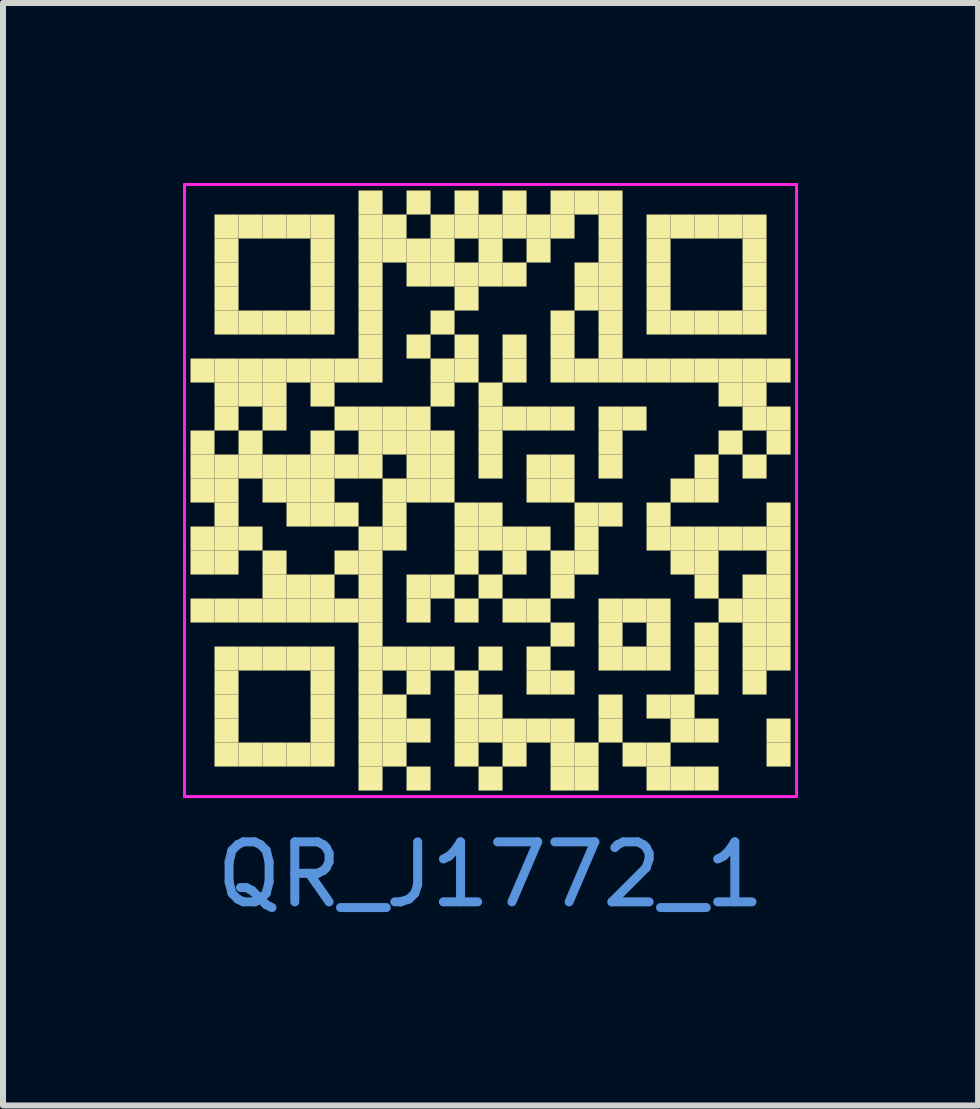
<source format=kicad_pcb>
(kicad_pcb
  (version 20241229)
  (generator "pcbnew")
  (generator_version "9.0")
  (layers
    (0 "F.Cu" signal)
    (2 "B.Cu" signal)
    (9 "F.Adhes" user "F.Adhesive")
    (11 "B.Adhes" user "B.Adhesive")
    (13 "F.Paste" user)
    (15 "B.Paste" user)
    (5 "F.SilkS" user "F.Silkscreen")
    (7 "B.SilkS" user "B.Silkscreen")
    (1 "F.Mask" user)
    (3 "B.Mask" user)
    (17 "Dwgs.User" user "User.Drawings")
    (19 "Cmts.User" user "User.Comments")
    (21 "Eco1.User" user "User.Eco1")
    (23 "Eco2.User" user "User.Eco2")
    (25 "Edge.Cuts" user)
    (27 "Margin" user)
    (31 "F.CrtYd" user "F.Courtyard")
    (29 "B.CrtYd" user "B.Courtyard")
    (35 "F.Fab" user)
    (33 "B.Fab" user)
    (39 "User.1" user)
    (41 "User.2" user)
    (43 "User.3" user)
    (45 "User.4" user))
  (footprint "QR_J1772_1"
    (layer "F.Cu")
    (at 5.125 5.125)
    (property "Reference" "QR_J1772_1" (at 0 6.4 0) (layer "Cmts.User") (effects (font (size 1 1) (thickness 0.15))))
    (fp_rect (start -5 -2.2) (end -4.6 -1.8) (stroke (width 0) (type solid)) (fill yes) (layer "F.SilkS"))
    (fp_rect (start -5 -1) (end -4.6 -0.6) (stroke (width 0) (type solid)) (fill yes) (layer "F.SilkS"))
    (fp_rect (start -5 -0.6) (end -4.6 -0.2) (stroke (width 0) (type solid)) (fill yes) (layer "F.SilkS"))
    (fp_rect (start -5 -0.2) (end -4.6 0.2) (stroke (width 0) (type solid)) (fill yes) (layer "F.SilkS"))
    (fp_rect (start -5 0.6) (end -4.6 1) (stroke (width 0) (type solid)) (fill yes) (layer "F.SilkS"))
    (fp_rect (start -5 1) (end -4.6 1.4) (stroke (width 0) (type solid)) (fill yes) (layer "F.SilkS"))
    (fp_rect (start -5 1.8) (end -4.6 2.2) (stroke (width 0) (type solid)) (fill yes) (layer "F.SilkS"))
    (fp_rect (start -4.6 -4.6) (end -4.2 -4.2) (stroke (width 0) (type solid)) (fill yes) (layer "F.SilkS"))
    (fp_rect (start -4.6 -4.2) (end -4.2 -3.8) (stroke (width 0) (type solid)) (fill yes) (layer "F.SilkS"))
    (fp_rect (start -4.6 -3.8) (end -4.2 -3.4) (stroke (width 0) (type solid)) (fill yes) (layer "F.SilkS"))
    (fp_rect (start -4.6 -3.4) (end -4.2 -3) (stroke (width 0) (type solid)) (fill yes) (layer "F.SilkS"))
    (fp_rect (start -4.6 -3) (end -4.2 -2.6) (stroke (width 0) (type solid)) (fill yes) (layer "F.SilkS"))
    (fp_rect (start -4.6 -2.2) (end -4.2 -1.8) (stroke (width 0) (type solid)) (fill yes) (layer "F.SilkS"))
    (fp_rect (start -4.6 -1.8) (end -4.2 -1.4) (stroke (width 0) (type solid)) (fill yes) (layer "F.SilkS"))
    (fp_rect (start -4.6 -1.4) (end -4.2 -1) (stroke (width 0) (type solid)) (fill yes) (layer "F.SilkS"))
    (fp_rect (start -4.6 -0.6) (end -4.2 -0.2) (stroke (width 0) (type solid)) (fill yes) (layer "F.SilkS"))
    (fp_rect (start -4.6 -0.2) (end -4.2 0.2) (stroke (width 0) (type solid)) (fill yes) (layer "F.SilkS"))
    (fp_rect (start -4.6 0.2) (end -4.2 0.6) (stroke (width 0) (type solid)) (fill yes) (layer "F.SilkS"))
    (fp_rect (start -4.6 0.6) (end -4.2 1) (stroke (width 0) (type solid)) (fill yes) (layer "F.SilkS"))
    (fp_rect (start -4.6 1) (end -4.2 1.4) (stroke (width 0) (type solid)) (fill yes) (layer "F.SilkS"))
    (fp_rect (start -4.6 1.8) (end -4.2 2.2) (stroke (width 0) (type solid)) (fill yes) (layer "F.SilkS"))
    (fp_rect (start -4.6 2.6) (end -4.2 3) (stroke (width 0) (type solid)) (fill yes) (layer "F.SilkS"))
    (fp_rect (start -4.6 3) (end -4.2 3.4) (stroke (width 0) (type solid)) (fill yes) (layer "F.SilkS"))
    (fp_rect (start -4.6 3.4) (end -4.2 3.8) (stroke (width 0) (type solid)) (fill yes) (layer "F.SilkS"))
    (fp_rect (start -4.6 3.8) (end -4.2 4.2) (stroke (width 0) (type solid)) (fill yes) (layer "F.SilkS"))
    (fp_rect (start -4.6 4.2) (end -4.2 4.6) (stroke (width 0) (type solid)) (fill yes) (layer "F.SilkS"))
    (fp_rect (start -4.2 -4.6) (end -3.8 -4.2) (stroke (width 0) (type solid)) (fill yes) (layer "F.SilkS"))
    (fp_rect (start -4.2 -3) (end -3.8 -2.6) (stroke (width 0) (type solid)) (fill yes) (layer "F.SilkS"))
    (fp_rect (start -4.2 -2.2) (end -3.8 -1.8) (stroke (width 0) (type solid)) (fill yes) (layer "F.SilkS"))
    (fp_rect (start -4.2 -1.8) (end -3.8 -1.4) (stroke (width 0) (type solid)) (fill yes) (layer "F.SilkS"))
    (fp_rect (start -4.2 -1) (end -3.8 -0.6) (stroke (width 0) (type solid)) (fill yes) (layer "F.SilkS"))
    (fp_rect (start -4.2 -0.6) (end -3.8 -0.2) (stroke (width 0) (type solid)) (fill yes) (layer "F.SilkS"))
    (fp_rect (start -4.2 0.6) (end -3.8 1) (stroke (width 0) (type solid)) (fill yes) (layer "F.SilkS"))
    (fp_rect (start -4.2 1.8) (end -3.8 2.2) (stroke (width 0) (type solid)) (fill yes) (layer "F.SilkS"))
    (fp_rect (start -4.2 2.6) (end -3.8 3) (stroke (width 0) (type solid)) (fill yes) (layer "F.SilkS"))
    (fp_rect (start -4.2 4.2) (end -3.8 4.6) (stroke (width 0) (type solid)) (fill yes) (layer "F.SilkS"))
    (fp_rect (start -3.8 -4.6) (end -3.4 -4.2) (stroke (width 0) (type solid)) (fill yes) (layer "F.SilkS"))
    (fp_rect (start -3.8 -3) (end -3.4 -2.6) (stroke (width 0) (type solid)) (fill yes) (layer "F.SilkS"))
    (fp_rect (start -3.8 -2.2) (end -3.4 -1.8) (stroke (width 0) (type solid)) (fill yes) (layer "F.SilkS"))
    (fp_rect (start -3.8 -1.8) (end -3.4 -1.4) (stroke (width 0) (type solid)) (fill yes) (layer "F.SilkS"))
    (fp_rect (start -3.8 -1.4) (end -3.4 -1) (stroke (width 0) (type solid)) (fill yes) (layer "F.SilkS"))
    (fp_rect (start -3.8 -0.6) (end -3.4 -0.2) (stroke (width 0) (type solid)) (fill yes) (layer "F.SilkS"))
    (fp_rect (start -3.8 -0.2) (end -3.4 0.2) (stroke (width 0) (type solid)) (fill yes) (layer "F.SilkS"))
    (fp_rect (start -3.8 1) (end -3.4 1.4) (stroke (width 0) (type solid)) (fill yes) (layer "F.SilkS"))
    (fp_rect (start -3.8 1.4) (end -3.4 1.8) (stroke (width 0) (type solid)) (fill yes) (layer "F.SilkS"))
    (fp_rect (start -3.8 1.8) (end -3.4 2.2) (stroke (width 0) (type solid)) (fill yes) (layer "F.SilkS"))
    (fp_rect (start -3.8 2.6) (end -3.4 3) (stroke (width 0) (type solid)) (fill yes) (layer "F.SilkS"))
    (fp_rect (start -3.8 4.2) (end -3.4 4.6) (stroke (width 0) (type solid)) (fill yes) (layer "F.SilkS"))
    (fp_rect (start -3.4 -4.6) (end -3 -4.2) (stroke (width 0) (type solid)) (fill yes) (layer "F.SilkS"))
    (fp_rect (start -3.4 -3) (end -3 -2.6) (stroke (width 0) (type solid)) (fill yes) (layer "F.SilkS"))
    (fp_rect (start -3.4 -2.2) (end -3 -1.8) (stroke (width 0) (type solid)) (fill yes) (layer "F.SilkS"))
    (fp_rect (start -3.4 -0.6) (end -3 -0.2) (stroke (width 0) (type solid)) (fill yes) (layer "F.SilkS"))
    (fp_rect (start -3.4 -0.2) (end -3 0.2) (stroke (width 0) (type solid)) (fill yes) (layer "F.SilkS"))
    (fp_rect (start -3.4 0.2) (end -3 0.6) (stroke (width 0) (type solid)) (fill yes) (layer "F.SilkS"))
    (fp_rect (start -3.4 1.4) (end -3 1.8) (stroke (width 0) (type solid)) (fill yes) (layer "F.SilkS"))
    (fp_rect (start -3.4 1.8) (end -3 2.2) (stroke (width 0) (type solid)) (fill yes) (layer "F.SilkS"))
    (fp_rect (start -3.4 2.6) (end -3 3) (stroke (width 0) (type solid)) (fill yes) (layer "F.SilkS"))
    (fp_rect (start -3.4 4.2) (end -3 4.6) (stroke (width 0) (type solid)) (fill yes) (layer "F.SilkS"))
    (fp_rect (start -3 -4.6) (end -2.6 -4.2) (stroke (width 0) (type solid)) (fill yes) (layer "F.SilkS"))
    (fp_rect (start -3 -4.2) (end -2.6 -3.8) (stroke (width 0) (type solid)) (fill yes) (layer "F.SilkS"))
    (fp_rect (start -3 -3.8) (end -2.6 -3.4) (stroke (width 0) (type solid)) (fill yes) (layer "F.SilkS"))
    (fp_rect (start -3 -3.4) (end -2.6 -3) (stroke (width 0) (type solid)) (fill yes) (layer "F.SilkS"))
    (fp_rect (start -3 -3) (end -2.6 -2.6) (stroke (width 0) (type solid)) (fill yes) (layer "F.SilkS"))
    (fp_rect (start -3 -2.2) (end -2.6 -1.8) (stroke (width 0) (type solid)) (fill yes) (layer "F.SilkS"))
    (fp_rect (start -3 -1.8) (end -2.6 -1.4) (stroke (width 0) (type solid)) (fill yes) (layer "F.SilkS"))
    (fp_rect (start -3 -1) (end -2.6 -0.6) (stroke (width 0) (type solid)) (fill yes) (layer "F.SilkS"))
    (fp_rect (start -3 -0.6) (end -2.6 -0.2) (stroke (width 0) (type solid)) (fill yes) (layer "F.SilkS"))
    (fp_rect (start -3 -0.2) (end -2.6 0.2) (stroke (width 0) (type solid)) (fill yes) (layer "F.SilkS"))
    (fp_rect (start -3 0.2) (end -2.6 0.6) (stroke (width 0) (type solid)) (fill yes) (layer "F.SilkS"))
    (fp_rect (start -3 1.4) (end -2.6 1.8) (stroke (width 0) (type solid)) (fill yes) (layer "F.SilkS"))
    (fp_rect (start -3 1.8) (end -2.6 2.2) (stroke (width 0) (type solid)) (fill yes) (layer "F.SilkS"))
    (fp_rect (start -3 2.6) (end -2.6 3) (stroke (width 0) (type solid)) (fill yes) (layer "F.SilkS"))
    (fp_rect (start -3 3) (end -2.6 3.4) (stroke (width 0) (type solid)) (fill yes) (layer "F.SilkS"))
    (fp_rect (start -3 3.4) (end -2.6 3.8) (stroke (width 0) (type solid)) (fill yes) (layer "F.SilkS"))
    (fp_rect (start -3 3.8) (end -2.6 4.2) (stroke (width 0) (type solid)) (fill yes) (layer "F.SilkS"))
    (fp_rect (start -3 4.2) (end -2.6 4.6) (stroke (width 0) (type solid)) (fill yes) (layer "F.SilkS"))
    (fp_rect (start -2.6 -2.2) (end -2.2 -1.8) (stroke (width 0) (type solid)) (fill yes) (layer "F.SilkS"))
    (fp_rect (start -2.6 -1.4) (end -2.2 -1) (stroke (width 0) (type solid)) (fill yes) (layer "F.SilkS"))
    (fp_rect (start -2.6 -0.6) (end -2.2 -0.2) (stroke (width 0) (type solid)) (fill yes) (layer "F.SilkS"))
    (fp_rect (start -2.6 0.2) (end -2.2 0.6) (stroke (width 0) (type solid)) (fill yes) (layer "F.SilkS"))
    (fp_rect (start -2.6 1) (end -2.2 1.4) (stroke (width 0) (type solid)) (fill yes) (layer "F.SilkS"))
    (fp_rect (start -2.6 1.8) (end -2.2 2.2) (stroke (width 0) (type solid)) (fill yes) (layer "F.SilkS"))
    (fp_rect (start -2.2 -5) (end -1.8 -4.6) (stroke (width 0) (type solid)) (fill yes) (layer "F.SilkS"))
    (fp_rect (start -2.2 -4.6) (end -1.8 -4.2) (stroke (width 0) (type solid)) (fill yes) (layer "F.SilkS"))
    (fp_rect (start -2.2 -4.2) (end -1.8 -3.8) (stroke (width 0) (type solid)) (fill yes) (layer "F.SilkS"))
    (fp_rect (start -2.2 -3.8) (end -1.8 -3.4) (stroke (width 0) (type solid)) (fill yes) (layer "F.SilkS"))
    (fp_rect (start -2.2 -3.4) (end -1.8 -3) (stroke (width 0) (type solid)) (fill yes) (layer "F.SilkS"))
    (fp_rect (start -2.2 -3) (end -1.8 -2.6) (stroke (width 0) (type solid)) (fill yes) (layer "F.SilkS"))
    (fp_rect (start -2.2 -2.6) (end -1.8 -2.2) (stroke (width 0) (type solid)) (fill yes) (layer "F.SilkS"))
    (fp_rect (start -2.2 -2.2) (end -1.8 -1.8) (stroke (width 0) (type solid)) (fill yes) (layer "F.SilkS"))
    (fp_rect (start -2.2 -1.4) (end -1.8 -1) (stroke (width 0) (type solid)) (fill yes) (layer "F.SilkS"))
    (fp_rect (start -2.2 -1) (end -1.8 -0.6) (stroke (width 0) (type solid)) (fill yes) (layer "F.SilkS"))
    (fp_rect (start -2.2 -0.6) (end -1.8 -0.2) (stroke (width 0) (type solid)) (fill yes) (layer "F.SilkS"))
    (fp_rect (start -2.2 0.6) (end -1.8 1) (stroke (width 0) (type solid)) (fill yes) (layer "F.SilkS"))
    (fp_rect (start -2.2 1) (end -1.8 1.4) (stroke (width 0) (type solid)) (fill yes) (layer "F.SilkS"))
    (fp_rect (start -2.2 1.4) (end -1.8 1.8) (stroke (width 0) (type solid)) (fill yes) (layer "F.SilkS"))
    (fp_rect (start -2.2 1.8) (end -1.8 2.2) (stroke (width 0) (type solid)) (fill yes) (layer "F.SilkS"))
    (fp_rect (start -2.2 2.2) (end -1.8 2.6) (stroke (width 0) (type solid)) (fill yes) (layer "F.SilkS"))
    (fp_rect (start -2.2 2.6) (end -1.8 3) (stroke (width 0) (type solid)) (fill yes) (layer "F.SilkS"))
    (fp_rect (start -2.2 3) (end -1.8 3.4) (stroke (width 0) (type solid)) (fill yes) (layer "F.SilkS"))
    (fp_rect (start -2.2 3.4) (end -1.8 3.8) (stroke (width 0) (type solid)) (fill yes) (layer "F.SilkS"))
    (fp_rect (start -2.2 3.8) (end -1.8 4.2) (stroke (width 0) (type solid)) (fill yes) (layer "F.SilkS"))
    (fp_rect (start -2.2 4.2) (end -1.8 4.6) (stroke (width 0) (type solid)) (fill yes) (layer "F.SilkS"))
    (fp_rect (start -2.2 4.6) (end -1.8 5) (stroke (width 0) (type solid)) (fill yes) (layer "F.SilkS"))
    (fp_rect (start -1.8 -4.6) (end -1.4 -4.2) (stroke (width 0) (type solid)) (fill yes) (layer "F.SilkS"))
    (fp_rect (start -1.8 -4.2) (end -1.4 -3.8) (stroke (width 0) (type solid)) (fill yes) (layer "F.SilkS"))
    (fp_rect (start -1.8 -1.4) (end -1.4 -1) (stroke (width 0) (type solid)) (fill yes) (layer "F.SilkS"))
    (fp_rect (start -1.8 -1) (end -1.4 -0.6) (stroke (width 0) (type solid)) (fill yes) (layer "F.SilkS"))
    (fp_rect (start -1.8 -0.2) (end -1.4 0.2) (stroke (width 0) (type solid)) (fill yes) (layer "F.SilkS"))
    (fp_rect (start -1.8 0.2) (end -1.4 0.6) (stroke (width 0) (type solid)) (fill yes) (layer "F.SilkS"))
    (fp_rect (start -1.8 0.6) (end -1.4 1) (stroke (width 0) (type solid)) (fill yes) (layer "F.SilkS"))
    (fp_rect (start -1.8 2.6) (end -1.4 3) (stroke (width 0) (type solid)) (fill yes) (layer "F.SilkS"))
    (fp_rect (start -1.8 3.4) (end -1.4 3.8) (stroke (width 0) (type solid)) (fill yes) (layer "F.SilkS"))
    (fp_rect (start -1.8 3.8) (end -1.4 4.2) (stroke (width 0) (type solid)) (fill yes) (layer "F.SilkS"))
    (fp_rect (start -1.8 4.2) (end -1.4 4.6) (stroke (width 0) (type solid)) (fill yes) (layer "F.SilkS"))
    (fp_rect (start -1.4 -5) (end -1 -4.6) (stroke (width 0) (type solid)) (fill yes) (layer "F.SilkS"))
    (fp_rect (start -1.4 -4.2) (end -1 -3.8) (stroke (width 0) (type solid)) (fill yes) (layer "F.SilkS"))
    (fp_rect (start -1.4 -3.8) (end -1 -3.4) (stroke (width 0) (type solid)) (fill yes) (layer "F.SilkS"))
    (fp_rect (start -1.4 -2.6) (end -1 -2.2) (stroke (width 0) (type solid)) (fill yes) (layer "F.SilkS"))
    (fp_rect (start -1.4 -1.4) (end -1 -1) (stroke (width 0) (type solid)) (fill yes) (layer "F.SilkS"))
    (fp_rect (start -1.4 -1) (end -1 -0.6) (stroke (width 0) (type solid)) (fill yes) (layer "F.SilkS"))
    (fp_rect (start -1.4 -0.6) (end -1 -0.2) (stroke (width 0) (type solid)) (fill yes) (layer "F.SilkS"))
    (fp_rect (start -1.4 -0.2) (end -1 0.2) (stroke (width 0) (type solid)) (fill yes) (layer "F.SilkS"))
    (fp_rect (start -1.4 1.4) (end -1 1.8) (stroke (width 0) (type solid)) (fill yes) (layer "F.SilkS"))
    (fp_rect (start -1.4 1.8) (end -1 2.2) (stroke (width 0) (type solid)) (fill yes) (layer "F.SilkS"))
    (fp_rect (start -1.4 2.6) (end -1 3) (stroke (width 0) (type solid)) (fill yes) (layer "F.SilkS"))
    (fp_rect (start -1.4 3) (end -1 3.4) (stroke (width 0) (type solid)) (fill yes) (layer "F.SilkS"))
    (fp_rect (start -1.4 3.8) (end -1 4.2) (stroke (width 0) (type solid)) (fill yes) (layer "F.SilkS"))
    (fp_rect (start -1.4 4.6) (end -1 5) (stroke (width 0) (type solid)) (fill yes) (layer "F.SilkS"))
    (fp_rect (start -1 -4.6) (end -0.6 -4.2) (stroke (width 0) (type solid)) (fill yes) (layer "F.SilkS"))
    (fp_rect (start -1 -4.2) (end -0.6 -3.8) (stroke (width 0) (type solid)) (fill yes) (layer "F.SilkS"))
    (fp_rect (start -1 -3.8) (end -0.6 -3.4) (stroke (width 0) (type solid)) (fill yes) (layer "F.SilkS"))
    (fp_rect (start -1 -3) (end -0.6 -2.6) (stroke (width 0) (type solid)) (fill yes) (layer "F.SilkS"))
    (fp_rect (start -1 -2.2) (end -0.6 -1.8) (stroke (width 0) (type solid)) (fill yes) (layer "F.SilkS"))
    (fp_rect (start -1 -1.8) (end -0.6 -1.4) (stroke (width 0) (type solid)) (fill yes) (layer "F.SilkS"))
    (fp_rect (start -1 -1) (end -0.6 -0.6) (stroke (width 0) (type solid)) (fill yes) (layer "F.SilkS"))
    (fp_rect (start -1 -0.6) (end -0.6 -0.2) (stroke (width 0) (type solid)) (fill yes) (layer "F.SilkS"))
    (fp_rect (start -1 -0.2) (end -0.6 0.2) (stroke (width 0) (type solid)) (fill yes) (layer "F.SilkS"))
    (fp_rect (start -1 1.4) (end -0.6 1.8) (stroke (width 0) (type solid)) (fill yes) (layer "F.SilkS"))
    (fp_rect (start -1 2.6) (end -0.6 3) (stroke (width 0) (type solid)) (fill yes) (layer "F.SilkS"))
    (fp_rect (start -0.6 -5) (end -0.2 -4.6) (stroke (width 0) (type solid)) (fill yes) (layer "F.SilkS"))
    (fp_rect (start -0.6 -4.6) (end -0.2 -4.2) (stroke (width 0) (type solid)) (fill yes) (layer "F.SilkS"))
    (fp_rect (start -0.6 -3.8) (end -0.2 -3.4) (stroke (width 0) (type solid)) (fill yes) (layer "F.SilkS"))
    (fp_rect (start -0.6 -3.4) (end -0.2 -3) (stroke (width 0) (type solid)) (fill yes) (layer "F.SilkS"))
    (fp_rect (start -0.6 -2.6) (end -0.2 -2.2) (stroke (width 0) (type solid)) (fill yes) (layer "F.SilkS"))
    (fp_rect (start -0.6 -2.2) (end -0.2 -1.8) (stroke (width 0) (type solid)) (fill yes) (layer "F.SilkS"))
    (fp_rect (start -0.6 0.2) (end -0.2 0.6) (stroke (width 0) (type solid)) (fill yes) (layer "F.SilkS"))
    (fp_rect (start -0.6 0.6) (end -0.2 1) (stroke (width 0) (type solid)) (fill yes) (layer "F.SilkS"))
    (fp_rect (start -0.6 1) (end -0.2 1.4) (stroke (width 0) (type solid)) (fill yes) (layer "F.SilkS"))
    (fp_rect (start -0.6 1.8) (end -0.2 2.2) (stroke (width 0) (type solid)) (fill yes) (layer "F.SilkS"))
    (fp_rect (start -0.6 3) (end -0.2 3.4) (stroke (width 0) (type solid)) (fill yes) (layer "F.SilkS"))
    (fp_rect (start -0.6 3.4) (end -0.2 3.8) (stroke (width 0) (type solid)) (fill yes) (layer "F.SilkS"))
    (fp_rect (start -0.6 3.8) (end -0.2 4.2) (stroke (width 0) (type solid)) (fill yes) (layer "F.SilkS"))
    (fp_rect (start -0.6 4.2) (end -0.2 4.6) (stroke (width 0) (type solid)) (fill yes) (layer "F.SilkS"))
    (fp_rect (start -0.2 -4.6) (end 0.2 -4.2) (stroke (width 0) (type solid)) (fill yes) (layer "F.SilkS"))
    (fp_rect (start -0.2 -4.2) (end 0.2 -3.8) (stroke (width 0) (type solid)) (fill yes) (layer "F.SilkS"))
    (fp_rect (start -0.2 -3.8) (end 0.2 -3.4) (stroke (width 0) (type solid)) (fill yes) (layer "F.SilkS"))
    (fp_rect (start -0.2 -1.8) (end 0.2 -1.4) (stroke (width 0) (type solid)) (fill yes) (layer "F.SilkS"))
    (fp_rect (start -0.2 -1.4) (end 0.2 -1) (stroke (width 0) (type solid)) (fill yes) (layer "F.SilkS"))
    (fp_rect (start -0.2 -1) (end 0.2 -0.6) (stroke (width 0) (type solid)) (fill yes) (layer "F.SilkS"))
    (fp_rect (start -0.2 -0.6) (end 0.2 -0.2) (stroke (width 0) (type solid)) (fill yes) (layer "F.SilkS"))
    (fp_rect (start -0.2 0.2) (end 0.2 0.6) (stroke (width 0) (type solid)) (fill yes) (layer "F.SilkS"))
    (fp_rect (start -0.2 0.6) (end 0.2 1) (stroke (width 0) (type solid)) (fill yes) (layer "F.SilkS"))
    (fp_rect (start -0.2 1.4) (end 0.2 1.8) (stroke (width 0) (type solid)) (fill yes) (layer "F.SilkS"))
    (fp_rect (start -0.2 2.6) (end 0.2 3) (stroke (width 0) (type solid)) (fill yes) (layer "F.SilkS"))
    (fp_rect (start -0.2 3.4) (end 0.2 3.8) (stroke (width 0) (type solid)) (fill yes) (layer "F.SilkS"))
    (fp_rect (start -0.2 3.8) (end 0.2 4.2) (stroke (width 0) (type solid)) (fill yes) (layer "F.SilkS"))
    (fp_rect (start -0.2 4.6) (end 0.2 5) (stroke (width 0) (type solid)) (fill yes) (layer "F.SilkS"))
    (fp_rect (start 0.2 -5) (end 0.6 -4.6) (stroke (width 0) (type solid)) (fill yes) (layer "F.SilkS"))
    (fp_rect (start 0.2 -4.6) (end 0.6 -4.2) (stroke (width 0) (type solid)) (fill yes) (layer "F.SilkS"))
    (fp_rect (start 0.2 -3.8) (end 0.6 -3.4) (stroke (width 0) (type solid)) (fill yes) (layer "F.SilkS"))
    (fp_rect (start 0.2 -2.6) (end 0.6 -2.2) (stroke (width 0) (type solid)) (fill yes) (layer "F.SilkS"))
    (fp_rect (start 0.2 -2.2) (end 0.6 -1.8) (stroke (width 0) (type solid)) (fill yes) (layer "F.SilkS"))
    (fp_rect (start 0.2 -1.4) (end 0.6 -1) (stroke (width 0) (type solid)) (fill yes) (layer "F.SilkS"))
    (fp_rect (start 0.2 0.6) (end 0.6 1) (stroke (width 0) (type solid)) (fill yes) (layer "F.SilkS"))
    (fp_rect (start 0.2 1) (end 0.6 1.4) (stroke (width 0) (type solid)) (fill yes) (layer "F.SilkS"))
    (fp_rect (start 0.2 1.8) (end 0.6 2.2) (stroke (width 0) (type solid)) (fill yes) (layer "F.SilkS"))
    (fp_rect (start 0.2 3.8) (end 0.6 4.2) (stroke (width 0) (type solid)) (fill yes) (layer "F.SilkS"))
    (fp_rect (start 0.2 4.2) (end 0.6 4.6) (stroke (width 0) (type solid)) (fill yes) (layer "F.SilkS"))
    (fp_rect (start 0.6 -4.6) (end 1 -4.2) (stroke (width 0) (type solid)) (fill yes) (layer "F.SilkS"))
    (fp_rect (start 0.6 -4.2) (end 1 -3.8) (stroke (width 0) (type solid)) (fill yes) (layer "F.SilkS"))
    (fp_rect (start 0.6 -1.4) (end 1 -1) (stroke (width 0) (type solid)) (fill yes) (layer "F.SilkS"))
    (fp_rect (start 0.6 -0.6) (end 1 -0.2) (stroke (width 0) (type solid)) (fill yes) (layer "F.SilkS"))
    (fp_rect (start 0.6 -0.2) (end 1 0.2) (stroke (width 0) (type solid)) (fill yes) (layer "F.SilkS"))
    (fp_rect (start 0.6 0.6) (end 1 1) (stroke (width 0) (type solid)) (fill yes) (layer "F.SilkS"))
    (fp_rect (start 0.6 1.8) (end 1 2.2) (stroke (width 0) (type solid)) (fill yes) (layer "F.SilkS"))
    (fp_rect (start 0.6 2.6) (end 1 3) (stroke (width 0) (type solid)) (fill yes) (layer "F.SilkS"))
    (fp_rect (start 0.6 3) (end 1 3.4) (stroke (width 0) (type solid)) (fill yes) (layer "F.SilkS"))
    (fp_rect (start 0.6 3.8) (end 1 4.2) (stroke (width 0) (type solid)) (fill yes) (layer "F.SilkS"))
    (fp_rect (start 1 -5) (end 1.4 -4.6) (stroke (width 0) (type solid)) (fill yes) (layer "F.SilkS"))
    (fp_rect (start 1 -4.6) (end 1.4 -4.2) (stroke (width 0) (type solid)) (fill yes) (layer "F.SilkS"))
    (fp_rect (start 1 -3) (end 1.4 -2.6) (stroke (width 0) (type solid)) (fill yes) (layer "F.SilkS"))
    (fp_rect (start 1 -2.6) (end 1.4 -2.2) (stroke (width 0) (type solid)) (fill yes) (layer "F.SilkS"))
    (fp_rect (start 1 -2.2) (end 1.4 -1.8) (stroke (width 0) (type solid)) (fill yes) (layer "F.SilkS"))
    (fp_rect (start 1 -1.4) (end 1.4 -1) (stroke (width 0) (type solid)) (fill yes) (layer "F.SilkS"))
    (fp_rect (start 1 -0.6) (end 1.4 -0.2) (stroke (width 0) (type solid)) (fill yes) (layer "F.SilkS"))
    (fp_rect (start 1 -0.2) (end 1.4 0.2) (stroke (width 0) (type solid)) (fill yes) (layer "F.SilkS"))
    (fp_rect (start 1 1) (end 1.4 1.4) (stroke (width 0) (type solid)) (fill yes) (layer "F.SilkS"))
    (fp_rect (start 1 1.4) (end 1.4 1.8) (stroke (width 0) (type solid)) (fill yes) (layer "F.SilkS"))
    (fp_rect (start 1 2.2) (end 1.4 2.6) (stroke (width 0) (type solid)) (fill yes) (layer "F.SilkS"))
    (fp_rect (start 1 3) (end 1.4 3.4) (stroke (width 0) (type solid)) (fill yes) (layer "F.SilkS"))
    (fp_rect (start 1 3.8) (end 1.4 4.2) (stroke (width 0) (type solid)) (fill yes) (layer "F.SilkS"))
    (fp_rect (start 1 4.2) (end 1.4 4.6) (stroke (width 0) (type solid)) (fill yes) (layer "F.SilkS"))
    (fp_rect (start 1 4.6) (end 1.4 5) (stroke (width 0) (type solid)) (fill yes) (layer "F.SilkS"))
    (fp_rect (start 1.4 -5) (end 1.8 -4.6) (stroke (width 0) (type solid)) (fill yes) (layer "F.SilkS"))
    (fp_rect (start 1.4 -3.8) (end 1.8 -3.4) (stroke (width 0) (type solid)) (fill yes) (layer "F.SilkS"))
    (fp_rect (start 1.4 -3.4) (end 1.8 -3) (stroke (width 0) (type solid)) (fill yes) (layer "F.SilkS"))
    (fp_rect (start 1.4 -2.2) (end 1.8 -1.8) (stroke (width 0) (type solid)) (fill yes) (layer "F.SilkS"))
    (fp_rect (start 1.4 0.2) (end 1.8 0.6) (stroke (width 0) (type solid)) (fill yes) (layer "F.SilkS"))
    (fp_rect (start 1.4 0.6) (end 1.8 1) (stroke (width 0) (type solid)) (fill yes) (layer "F.SilkS"))
    (fp_rect (start 1.4 1) (end 1.8 1.4) (stroke (width 0) (type solid)) (fill yes) (layer "F.SilkS"))
    (fp_rect (start 1.4 4.2) (end 1.8 4.6) (stroke (width 0) (type solid)) (fill yes) (layer "F.SilkS"))
    (fp_rect (start 1.4 4.6) (end 1.8 5) (stroke (width 0) (type solid)) (fill yes) (layer "F.SilkS"))
    (fp_rect (start 1.8 -5) (end 2.2 -4.6) (stroke (width 0) (type solid)) (fill yes) (layer "F.SilkS"))
    (fp_rect (start 1.8 -4.6) (end 2.2 -4.2) (stroke (width 0) (type solid)) (fill yes) (layer "F.SilkS"))
    (fp_rect (start 1.8 -4.2) (end 2.2 -3.8) (stroke (width 0) (type solid)) (fill yes) (layer "F.SilkS"))
    (fp_rect (start 1.8 -3.8) (end 2.2 -3.4) (stroke (width 0) (type solid)) (fill yes) (layer "F.SilkS"))
    (fp_rect (start 1.8 -3.4) (end 2.2 -3) (stroke (width 0) (type solid)) (fill yes) (layer "F.SilkS"))
    (fp_rect (start 1.8 -3) (end 2.2 -2.6) (stroke (width 0) (type solid)) (fill yes) (layer "F.SilkS"))
    (fp_rect (start 1.8 -2.6) (end 2.2 -2.2) (stroke (width 0) (type solid)) (fill yes) (layer "F.SilkS"))
    (fp_rect (start 1.8 -2.2) (end 2.2 -1.8) (stroke (width 0) (type solid)) (fill yes) (layer "F.SilkS"))
    (fp_rect (start 1.8 -1.4) (end 2.2 -1) (stroke (width 0) (type solid)) (fill yes) (layer "F.SilkS"))
    (fp_rect (start 1.8 -1) (end 2.2 -0.6) (stroke (width 0) (type solid)) (fill yes) (layer "F.SilkS"))
    (fp_rect (start 1.8 -0.6) (end 2.2 -0.2) (stroke (width 0) (type solid)) (fill yes) (layer "F.SilkS"))
    (fp_rect (start 1.8 0.2) (end 2.2 0.6) (stroke (width 0) (type solid)) (fill yes) (layer "F.SilkS"))
    (fp_rect (start 1.8 1.8) (end 2.2 2.2) (stroke (width 0) (type solid)) (fill yes) (layer "F.SilkS"))
    (fp_rect (start 1.8 2.2) (end 2.2 2.6) (stroke (width 0) (type solid)) (fill yes) (layer "F.SilkS"))
    (fp_rect (start 1.8 2.6) (end 2.2 3) (stroke (width 0) (type solid)) (fill yes) (layer "F.SilkS"))
    (fp_rect (start 1.8 3.4) (end 2.2 3.8) (stroke (width 0) (type solid)) (fill yes) (layer "F.SilkS"))
    (fp_rect (start 1.8 3.8) (end 2.2 4.2) (stroke (width 0) (type solid)) (fill yes) (layer "F.SilkS"))
    (fp_rect (start 2.2 -2.2) (end 2.6 -1.8) (stroke (width 0) (type solid)) (fill yes) (layer "F.SilkS"))
    (fp_rect (start 2.2 -1.4) (end 2.6 -1) (stroke (width 0) (type solid)) (fill yes) (layer "F.SilkS"))
    (fp_rect (start 2.2 1.8) (end 2.6 2.2) (stroke (width 0) (type solid)) (fill yes) (layer "F.SilkS"))
    (fp_rect (start 2.2 2.6) (end 2.6 3) (stroke (width 0) (type solid)) (fill yes) (layer "F.SilkS"))
    (fp_rect (start 2.2 4.2) (end 2.6 4.6) (stroke (width 0) (type solid)) (fill yes) (layer "F.SilkS"))
    (fp_rect (start 2.6 -4.6) (end 3 -4.2) (stroke (width 0) (type solid)) (fill yes) (layer "F.SilkS"))
    (fp_rect (start 2.6 -4.2) (end 3 -3.8) (stroke (width 0) (type solid)) (fill yes) (layer "F.SilkS"))
    (fp_rect (start 2.6 -3.8) (end 3 -3.4) (stroke (width 0) (type solid)) (fill yes) (layer "F.SilkS"))
    (fp_rect (start 2.6 -3.4) (end 3 -3) (stroke (width 0) (type solid)) (fill yes) (layer "F.SilkS"))
    (fp_rect (start 2.6 -3) (end 3 -2.6) (stroke (width 0) (type solid)) (fill yes) (layer "F.SilkS"))
    (fp_rect (start 2.6 -2.2) (end 3 -1.8) (stroke (width 0) (type solid)) (fill yes) (layer "F.SilkS"))
    (fp_rect (start 2.6 0.2) (end 3 0.6) (stroke (width 0) (type solid)) (fill yes) (layer "F.SilkS"))
    (fp_rect (start 2.6 0.6) (end 3 1) (stroke (width 0) (type solid)) (fill yes) (layer "F.SilkS"))
    (fp_rect (start 2.6 1.8) (end 3 2.2) (stroke (width 0) (type solid)) (fill yes) (layer "F.SilkS"))
    (fp_rect (start 2.6 2.2) (end 3 2.6) (stroke (width 0) (type solid)) (fill yes) (layer "F.SilkS"))
    (fp_rect (start 2.6 2.6) (end 3 3) (stroke (width 0) (type solid)) (fill yes) (layer "F.SilkS"))
    (fp_rect (start 2.6 3.4) (end 3 3.8) (stroke (width 0) (type solid)) (fill yes) (layer "F.SilkS"))
    (fp_rect (start 2.6 4.2) (end 3 4.6) (stroke (width 0) (type solid)) (fill yes) (layer "F.SilkS"))
    (fp_rect (start 2.6 4.6) (end 3 5) (stroke (width 0) (type solid)) (fill yes) (layer "F.SilkS"))
    (fp_rect (start 3 -4.6) (end 3.4 -4.2) (stroke (width 0) (type solid)) (fill yes) (layer "F.SilkS"))
    (fp_rect (start 3 -3) (end 3.4 -2.6) (stroke (width 0) (type solid)) (fill yes) (layer "F.SilkS"))
    (fp_rect (start 3 -2.2) (end 3.4 -1.8) (stroke (width 0) (type solid)) (fill yes) (layer "F.SilkS"))
    (fp_rect (start 3 -0.2) (end 3.4 0.2) (stroke (width 0) (type solid)) (fill yes) (layer "F.SilkS"))
    (fp_rect (start 3 0.6) (end 3.4 1) (stroke (width 0) (type solid)) (fill yes) (layer "F.SilkS"))
    (fp_rect (start 3 1) (end 3.4 1.4) (stroke (width 0) (type solid)) (fill yes) (layer "F.SilkS"))
    (fp_rect (start 3 3.4) (end 3.4 3.8) (stroke (width 0) (type solid)) (fill yes) (layer "F.SilkS"))
    (fp_rect (start 3 3.8) (end 3.4 4.2) (stroke (width 0) (type solid)) (fill yes) (layer "F.SilkS"))
    (fp_rect (start 3 4.6) (end 3.4 5) (stroke (width 0) (type solid)) (fill yes) (layer "F.SilkS"))
    (fp_rect (start 3.4 -4.6) (end 3.8 -4.2) (stroke (width 0) (type solid)) (fill yes) (layer "F.SilkS"))
    (fp_rect (start 3.4 -3) (end 3.8 -2.6) (stroke (width 0) (type solid)) (fill yes) (layer "F.SilkS"))
    (fp_rect (start 3.4 -2.2) (end 3.8 -1.8) (stroke (width 0) (type solid)) (fill yes) (layer "F.SilkS"))
    (fp_rect (start 3.4 -0.6) (end 3.8 -0.2) (stroke (width 0) (type solid)) (fill yes) (layer "F.SilkS"))
    (fp_rect (start 3.4 -0.2) (end 3.8 0.2) (stroke (width 0) (type solid)) (fill yes) (layer "F.SilkS"))
    (fp_rect (start 3.4 0.6) (end 3.8 1) (stroke (width 0) (type solid)) (fill yes) (layer "F.SilkS"))
    (fp_rect (start 3.4 1) (end 3.8 1.4) (stroke (width 0) (type solid)) (fill yes) (layer "F.SilkS"))
    (fp_rect (start 3.4 1.4) (end 3.8 1.8) (stroke (width 0) (type solid)) (fill yes) (layer "F.SilkS"))
    (fp_rect (start 3.4 2.2) (end 3.8 2.6) (stroke (width 0) (type solid)) (fill yes) (layer "F.SilkS"))
    (fp_rect (start 3.4 2.6) (end 3.8 3) (stroke (width 0) (type solid)) (fill yes) (layer "F.SilkS"))
    (fp_rect (start 3.4 3) (end 3.8 3.4) (stroke (width 0) (type solid)) (fill yes) (layer "F.SilkS"))
    (fp_rect (start 3.4 3.8) (end 3.8 4.2) (stroke (width 0) (type solid)) (fill yes) (layer "F.SilkS"))
    (fp_rect (start 3.4 4.6) (end 3.8 5) (stroke (width 0) (type solid)) (fill yes) (layer "F.SilkS"))
    (fp_rect (start 3.8 -4.6) (end 4.2 -4.2) (stroke (width 0) (type solid)) (fill yes) (layer "F.SilkS"))
    (fp_rect (start 3.8 -3) (end 4.2 -2.6) (stroke (width 0) (type solid)) (fill yes) (layer "F.SilkS"))
    (fp_rect (start 3.8 -2.2) (end 4.2 -1.8) (stroke (width 0) (type solid)) (fill yes) (layer "F.SilkS"))
    (fp_rect (start 3.8 -1.8) (end 4.2 -1.4) (stroke (width 0) (type solid)) (fill yes) (layer "F.SilkS"))
    (fp_rect (start 3.8 -1) (end 4.2 -0.6) (stroke (width 0) (type solid)) (fill yes) (layer "F.SilkS"))
    (fp_rect (start 3.8 0.6) (end 4.2 1) (stroke (width 0) (type solid)) (fill yes) (layer "F.SilkS"))
    (fp_rect (start 3.8 1.8) (end 4.2 2.2) (stroke (width 0) (type solid)) (fill yes) (layer "F.SilkS"))
    (fp_rect (start 4.2 -4.6) (end 4.6 -4.2) (stroke (width 0) (type solid)) (fill yes) (layer "F.SilkS"))
    (fp_rect (start 4.2 -4.2) (end 4.6 -3.8) (stroke (width 0) (type solid)) (fill yes) (layer "F.SilkS"))
    (fp_rect (start 4.2 -3.8) (end 4.6 -3.4) (stroke (width 0) (type solid)) (fill yes) (layer "F.SilkS"))
    (fp_rect (start 4.2 -3.4) (end 4.6 -3) (stroke (width 0) (type solid)) (fill yes) (layer "F.SilkS"))
    (fp_rect (start 4.2 -3) (end 4.6 -2.6) (stroke (width 0) (type solid)) (fill yes) (layer "F.SilkS"))
    (fp_rect (start 4.2 -2.2) (end 4.6 -1.8) (stroke (width 0) (type solid)) (fill yes) (layer "F.SilkS"))
    (fp_rect (start 4.2 -1.8) (end 4.6 -1.4) (stroke (width 0) (type solid)) (fill yes) (layer "F.SilkS"))
    (fp_rect (start 4.2 -1.4) (end 4.6 -1) (stroke (width 0) (type solid)) (fill yes) (layer "F.SilkS"))
    (fp_rect (start 4.2 -0.6) (end 4.6 -0.2) (stroke (width 0) (type solid)) (fill yes) (layer "F.SilkS"))
    (fp_rect (start 4.2 0.6) (end 4.6 1) (stroke (width 0) (type solid)) (fill yes) (layer "F.SilkS"))
    (fp_rect (start 4.2 1.4) (end 4.6 1.8) (stroke (width 0) (type solid)) (fill yes) (layer "F.SilkS"))
    (fp_rect (start 4.2 1.8) (end 4.6 2.2) (stroke (width 0) (type solid)) (fill yes) (layer "F.SilkS"))
    (fp_rect (start 4.2 2.2) (end 4.6 2.6) (stroke (width 0) (type solid)) (fill yes) (layer "F.SilkS"))
    (fp_rect (start 4.2 2.6) (end 4.6 3) (stroke (width 0) (type solid)) (fill yes) (layer "F.SilkS"))
    (fp_rect (start 4.2 3) (end 4.6 3.4) (stroke (width 0) (type solid)) (fill yes) (layer "F.SilkS"))
    (fp_rect (start 4.6 -2.2) (end 5 -1.8) (stroke (width 0) (type solid)) (fill yes) (layer "F.SilkS"))
    (fp_rect (start 4.6 -1.4) (end 5 -1) (stroke (width 0) (type solid)) (fill yes) (layer "F.SilkS"))
    (fp_rect (start 4.6 -1) (end 5 -0.6) (stroke (width 0) (type solid)) (fill yes) (layer "F.SilkS"))
    (fp_rect (start 4.6 0.2) (end 5 0.6) (stroke (width 0) (type solid)) (fill yes) (layer "F.SilkS"))
    (fp_rect (start 4.6 0.6) (end 5 1) (stroke (width 0) (type solid)) (fill yes) (layer "F.SilkS"))
    (fp_rect (start 4.6 1) (end 5 1.4) (stroke (width 0) (type solid)) (fill yes) (layer "F.SilkS"))
    (fp_rect (start 4.6 1.4) (end 5 1.8) (stroke (width 0) (type solid)) (fill yes) (layer "F.SilkS"))
    (fp_rect (start 4.6 1.8) (end 5 2.2) (stroke (width 0) (type solid)) (fill yes) (layer "F.SilkS"))
    (fp_rect (start 4.6 2.2) (end 5 2.6) (stroke (width 0) (type solid)) (fill yes) (layer "F.SilkS"))
    (fp_rect (start 4.6 2.6) (end 5 3) (stroke (width 0) (type solid)) (fill yes) (layer "F.SilkS"))
    (fp_rect (start 4.6 3.8) (end 5 4.2) (stroke (width 0) (type solid)) (fill yes) (layer "F.SilkS"))
    (fp_rect (start 4.6 4.2) (end 5 4.6) (stroke (width 0) (type solid)) (fill yes) (layer "F.SilkS"))
    (fp_line (start -5.1 -5.1) (end 5.1 -5.1) (stroke (width 0.05) (type solid)) (layer "F.CrtYd"))
    (fp_line (start -5.1 5.1) (end -5.1 -5.1) (stroke (width 0.05) (type solid)) (layer "F.CrtYd"))
    (fp_line (start 5.1 -5.1) (end 5.1 5.1) (stroke (width 0.05) (type solid)) (layer "F.CrtYd"))
    (fp_line (start 5.1 5.1) (end -5.1 5.1) (stroke (width 0.05) (type solid)) (layer "F.CrtYd")))
  (gr_rect
    (start -3 -3)
    (end 13.25 15.373)
    (stroke (width 0.1) (type default))
    (fill no)
    (layer "Edge.Cuts")))
</source>
